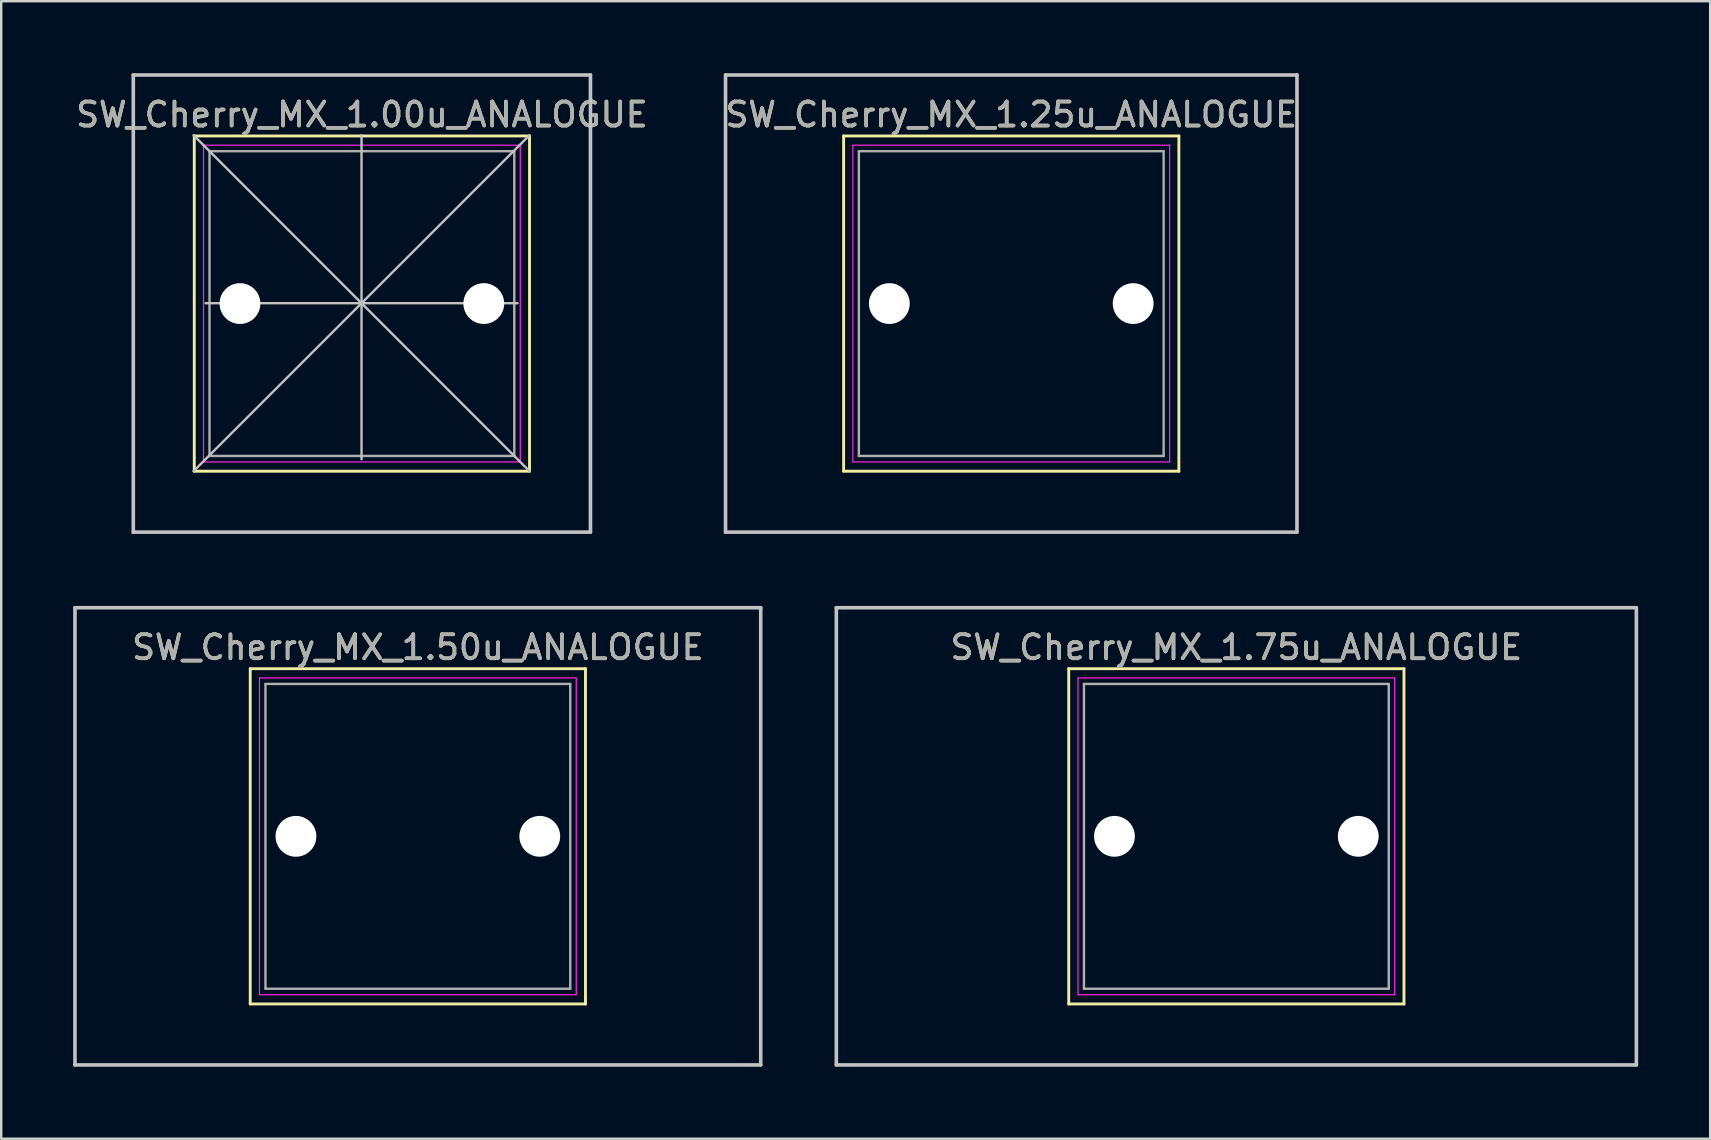
<source format=kicad_pcb>
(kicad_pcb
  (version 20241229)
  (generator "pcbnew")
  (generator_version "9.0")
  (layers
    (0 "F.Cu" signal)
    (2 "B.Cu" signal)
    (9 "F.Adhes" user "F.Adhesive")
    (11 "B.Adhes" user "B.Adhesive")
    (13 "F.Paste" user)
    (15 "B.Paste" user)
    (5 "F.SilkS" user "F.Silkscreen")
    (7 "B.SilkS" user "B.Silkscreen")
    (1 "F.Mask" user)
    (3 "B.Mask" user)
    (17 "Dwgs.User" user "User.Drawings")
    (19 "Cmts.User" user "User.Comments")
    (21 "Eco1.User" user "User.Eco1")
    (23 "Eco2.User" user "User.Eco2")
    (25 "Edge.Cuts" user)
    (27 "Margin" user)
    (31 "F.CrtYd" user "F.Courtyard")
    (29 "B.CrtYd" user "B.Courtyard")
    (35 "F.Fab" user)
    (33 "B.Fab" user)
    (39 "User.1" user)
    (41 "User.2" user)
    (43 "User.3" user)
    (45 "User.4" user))
  (footprint "SW_Cherry_MX_1.00u_ANALOGUE"
    (layer "F.Cu")
    (at 5.015 2.585)
    (property "Reference" "SW_Cherry_MX_1.00u_ANALOGUE" (at 7.015 -0.859 0) (layer "F.SilkS") (effects (font (size 1 1) (thickness 0.15))))
    (attr through_hole)
    (fp_line (start 0.03 0.03) (end 14 0.03) (stroke (width 0.12) (type solid)) (layer "F.SilkS"))
    (fp_line (start 0.03 14) (end 0.03 0.03) (stroke (width 0.12) (type solid)) (layer "F.SilkS"))
    (fp_line (start 14 0.03) (end 14 14) (stroke (width 0.12) (type solid)) (layer "F.SilkS"))
    (fp_line (start 14 14) (end 0.03 14) (stroke (width 0.12) (type solid)) (layer "F.SilkS"))
    (fp_line (start -2.51 -2.51) (end 16.54 -2.51) (stroke (width 0.15) (type solid)) (layer "Dwgs.User"))
    (fp_line (start -2.51 16.54) (end -2.51 -2.51) (stroke (width 0.15) (type solid)) (layer "Dwgs.User"))
    (fp_line (start 0 0) (end 14 14) (stroke (width 0.1) (type default)) (layer "Dwgs.User"))
    (fp_line (start 0 14) (end 14 0) (stroke (width 0.1) (type default)) (layer "Dwgs.User"))
    (fp_line (start 7 7) (end 0.5 7) (stroke (width 0.1) (type default)) (layer "Dwgs.User"))
    (fp_line (start 7 7) (end 7 0) (stroke (width 0.1) (type default)) (layer "Dwgs.User"))
    (fp_line (start 7 7) (end 7 13.5) (stroke (width 0.1) (type default)) (layer "Dwgs.User"))
    (fp_line (start 7 7) (end 13.5 7) (stroke (width 0.1) (type default)) (layer "Dwgs.User"))
    (fp_line (start 16.54 -2.51) (end 16.54 16.54) (stroke (width 0.15) (type solid)) (layer "Dwgs.User"))
    (fp_line (start 16.54 16.54) (end -2.51 16.54) (stroke (width 0.15) (type solid)) (layer "Dwgs.User"))
    (fp_line (start 0.415 0.415) (end 13.615 0.415) (stroke (width 0.05) (type solid)) (layer "F.CrtYd"))
    (fp_line (start 0.415 13.615) (end 0.415 0.415) (stroke (width 0.05) (type solid)) (layer "F.CrtYd"))
    (fp_line (start 13.615 0.415) (end 13.615 13.615) (stroke (width 0.05) (type solid)) (layer "F.CrtYd"))
    (fp_line (start 13.615 13.615) (end 0.415 13.615) (stroke (width 0.05) (type solid)) (layer "F.CrtYd"))
    (fp_line (start 0.665 0.665) (end 13.365 0.665) (stroke (width 0.1) (type solid)) (layer "F.Fab"))
    (fp_line (start 0.665 13.365) (end 0.665 0.665) (stroke (width 0.1) (type solid)) (layer "F.Fab"))
    (fp_line (start 13.365 0.665) (end 13.365 13.365) (stroke (width 0.1) (type solid)) (layer "F.Fab"))
    (fp_line (start 13.365 13.365) (end 0.665 13.365) (stroke (width 0.1) (type solid)) (layer "F.Fab"))
    (fp_text user "${REFERENCE}" (at 7.015 -0.859 0) (layer "F.Fab") (effects (font (size 1 1) (thickness 0.15))))
    (pad "" np_thru_hole circle (at 1.935 7.015) (size 1.7 1.7) (drill 1.7) (layers "*.Cu" "*.Mask"))
    (pad "" np_thru_hole circle (at 12.095 7.015) (size 1.7 1.7) (drill 1.7) (layers "*.Cu" "*.Mask")))
  (footprint "SW_Cherry_MX_1.75u_ANALOGUE"
    (layer "F.Cu")
    (at 51.009 26.72)
    (property "Reference" "SW_Cherry_MX_1.75u_ANALOGUE" (at -2.54 -2.794 0) (layer "F.SilkS") (effects (font (size 1 1) (thickness 0.15))))
    (attr through_hole)
    (fp_line (start -9.525 -1.905) (end 4.445 -1.905) (stroke (width 0.12) (type solid)) (layer "F.SilkS"))
    (fp_line (start -9.525 12.065) (end -9.525 -1.905) (stroke (width 0.12) (type solid)) (layer "F.SilkS"))
    (fp_line (start 4.445 -1.905) (end 4.445 12.065) (stroke (width 0.12) (type solid)) (layer "F.SilkS"))
    (fp_line (start 4.445 12.065) (end -9.525 12.065) (stroke (width 0.12) (type solid)) (layer "F.SilkS"))
    (fp_line (start -19.209 -4.445) (end 14.129 -4.445) (stroke (width 0.15) (type solid)) (layer "Dwgs.User"))
    (fp_line (start -19.209 14.605) (end -19.209 -4.445) (stroke (width 0.15) (type solid)) (layer "Dwgs.User"))
    (fp_line (start 14.129 -4.445) (end 14.129 14.605) (stroke (width 0.15) (type solid)) (layer "Dwgs.User"))
    (fp_line (start 14.129 14.605) (end -19.209 14.605) (stroke (width 0.15) (type solid)) (layer "Dwgs.User"))
    (fp_line (start -9.14 -1.52) (end 4.06 -1.52) (stroke (width 0.05) (type solid)) (layer "F.CrtYd"))
    (fp_line (start -9.14 11.68) (end -9.14 -1.52) (stroke (width 0.05) (type solid)) (layer "F.CrtYd"))
    (fp_line (start 4.06 -1.52) (end 4.06 11.68) (stroke (width 0.05) (type solid)) (layer "F.CrtYd"))
    (fp_line (start 4.06 11.68) (end -9.14 11.68) (stroke (width 0.05) (type solid)) (layer "F.CrtYd"))
    (fp_line (start -8.89 -1.27) (end 3.81 -1.27) (stroke (width 0.1) (type solid)) (layer "F.Fab"))
    (fp_line (start -8.89 11.43) (end -8.89 -1.27) (stroke (width 0.1) (type solid)) (layer "F.Fab"))
    (fp_line (start 3.81 -1.27) (end 3.81 11.43) (stroke (width 0.1) (type solid)) (layer "F.Fab"))
    (fp_line (start 3.81 11.43) (end -8.89 11.43) (stroke (width 0.1) (type solid)) (layer "F.Fab"))
    (fp_text user "${REFERENCE}" (at -2.54 -2.794 0) (layer "F.Fab") (effects (font (size 1 1) (thickness 0.15))))
    (pad "" np_thru_hole circle (at -7.62 5.08) (size 1.7 1.7) (drill 1.7) (layers "*.Cu" "*.Mask"))
    (pad "" np_thru_hole circle (at 2.54 5.08) (size 1.7 1.7) (drill 1.7) (layers "*.Cu" "*.Mask")))
  (footprint "SW_Cherry_MX_1.50u_ANALOGUE"
    (layer "F.Cu")
    (at 16.902 26.72)
    (property "Reference" "SW_Cherry_MX_1.50u_ANALOGUE" (at -2.54 -2.794 0) (layer "F.SilkS") (effects (font (size 1 1) (thickness 0.15))))
    (attr through_hole)
    (fp_line (start -9.525 -1.905) (end 4.445 -1.905) (stroke (width 0.12) (type solid)) (layer "F.SilkS"))
    (fp_line (start -9.525 12.065) (end -9.525 -1.905) (stroke (width 0.12) (type solid)) (layer "F.SilkS"))
    (fp_line (start 4.445 -1.905) (end 4.445 12.065) (stroke (width 0.12) (type solid)) (layer "F.SilkS"))
    (fp_line (start 4.445 12.065) (end -9.525 12.065) (stroke (width 0.12) (type solid)) (layer "F.SilkS"))
    (fp_line (start -16.828 -4.445) (end 11.748 -4.445) (stroke (width 0.15) (type solid)) (layer "Dwgs.User"))
    (fp_line (start -16.828 14.605) (end -16.828 -4.445) (stroke (width 0.15) (type solid)) (layer "Dwgs.User"))
    (fp_line (start 11.748 -4.445) (end 11.748 14.605) (stroke (width 0.15) (type solid)) (layer "Dwgs.User"))
    (fp_line (start 11.748 14.605) (end -16.828 14.605) (stroke (width 0.15) (type solid)) (layer "Dwgs.User"))
    (fp_line (start -9.14 -1.52) (end 4.06 -1.52) (stroke (width 0.05) (type solid)) (layer "F.CrtYd"))
    (fp_line (start -9.14 11.68) (end -9.14 -1.52) (stroke (width 0.05) (type solid)) (layer "F.CrtYd"))
    (fp_line (start 4.06 -1.52) (end 4.06 11.68) (stroke (width 0.05) (type solid)) (layer "F.CrtYd"))
    (fp_line (start 4.06 11.68) (end -9.14 11.68) (stroke (width 0.05) (type solid)) (layer "F.CrtYd"))
    (fp_line (start -8.89 -1.27) (end 3.81 -1.27) (stroke (width 0.1) (type solid)) (layer "F.Fab"))
    (fp_line (start -8.89 11.43) (end -8.89 -1.27) (stroke (width 0.1) (type solid)) (layer "F.Fab"))
    (fp_line (start 3.81 -1.27) (end 3.81 11.43) (stroke (width 0.1) (type solid)) (layer "F.Fab"))
    (fp_line (start 3.81 11.43) (end -8.89 11.43) (stroke (width 0.1) (type solid)) (layer "F.Fab"))
    (fp_text user "${REFERENCE}" (at -2.54 -2.794 0) (layer "F.Fab") (effects (font (size 1 1) (thickness 0.15))))
    (pad "" np_thru_hole circle (at -7.62 5.08) (size 1.7 1.7) (drill 1.7) (layers "*.Cu" "*.Mask"))
    (pad "" np_thru_hole circle (at 2.54 5.08) (size 1.7 1.7) (drill 1.7) (layers "*.Cu" "*.Mask")))
  (footprint "SW_Cherry_MX_1.25u_ANALOGUE"
    (layer "F.Cu")
    (at 41.629 4.52)
    (property "Reference" "SW_Cherry_MX_1.25u_ANALOGUE" (at -2.54 -2.794 0) (layer "F.SilkS") (effects (font (size 1 1) (thickness 0.15))))
    (attr through_hole)
    (fp_line (start -9.525 -1.905) (end 4.445 -1.905) (stroke (width 0.12) (type solid)) (layer "F.SilkS"))
    (fp_line (start -9.525 12.065) (end -9.525 -1.905) (stroke (width 0.12) (type solid)) (layer "F.SilkS"))
    (fp_line (start 4.445 -1.905) (end 4.445 12.065) (stroke (width 0.12) (type solid)) (layer "F.SilkS"))
    (fp_line (start 4.445 12.065) (end -9.525 12.065) (stroke (width 0.12) (type solid)) (layer "F.SilkS"))
    (fp_line (start -14.446 -4.445) (end 9.366 -4.445) (stroke (width 0.15) (type solid)) (layer "Dwgs.User"))
    (fp_line (start -14.446 14.605) (end -14.446 -4.445) (stroke (width 0.15) (type solid)) (layer "Dwgs.User"))
    (fp_line (start 9.366 -4.445) (end 9.366 14.605) (stroke (width 0.15) (type solid)) (layer "Dwgs.User"))
    (fp_line (start 9.366 14.605) (end -14.446 14.605) (stroke (width 0.15) (type solid)) (layer "Dwgs.User"))
    (fp_line (start -9.14 -1.52) (end 4.06 -1.52) (stroke (width 0.05) (type solid)) (layer "F.CrtYd"))
    (fp_line (start -9.14 11.68) (end -9.14 -1.52) (stroke (width 0.05) (type solid)) (layer "F.CrtYd"))
    (fp_line (start 4.06 -1.52) (end 4.06 11.68) (stroke (width 0.05) (type solid)) (layer "F.CrtYd"))
    (fp_line (start 4.06 11.68) (end -9.14 11.68) (stroke (width 0.05) (type solid)) (layer "F.CrtYd"))
    (fp_line (start -8.89 -1.27) (end 3.81 -1.27) (stroke (width 0.1) (type solid)) (layer "F.Fab"))
    (fp_line (start -8.89 11.43) (end -8.89 -1.27) (stroke (width 0.1) (type solid)) (layer "F.Fab"))
    (fp_line (start 3.81 -1.27) (end 3.81 11.43) (stroke (width 0.1) (type solid)) (layer "F.Fab"))
    (fp_line (start 3.81 11.43) (end -8.89 11.43) (stroke (width 0.1) (type solid)) (layer "F.Fab"))
    (fp_text user "${REFERENCE}" (at -2.54 -2.794 0) (layer "F.Fab") (effects (font (size 1 1) (thickness 0.15))))
    (pad "" np_thru_hole circle (at -7.62 5.08) (size 1.7 1.7) (drill 1.7) (layers "*.Cu" "*.Mask"))
    (pad "" np_thru_hole circle (at 2.54 5.08) (size 1.7 1.7) (drill 1.7) (layers "*.Cu" "*.Mask")))
  (gr_rect
    (start -3 -3)
    (end 68.213 44.4)
    (stroke (width 0.1) (type default))
    (fill no)
    (layer "Edge.Cuts")))
</source>
